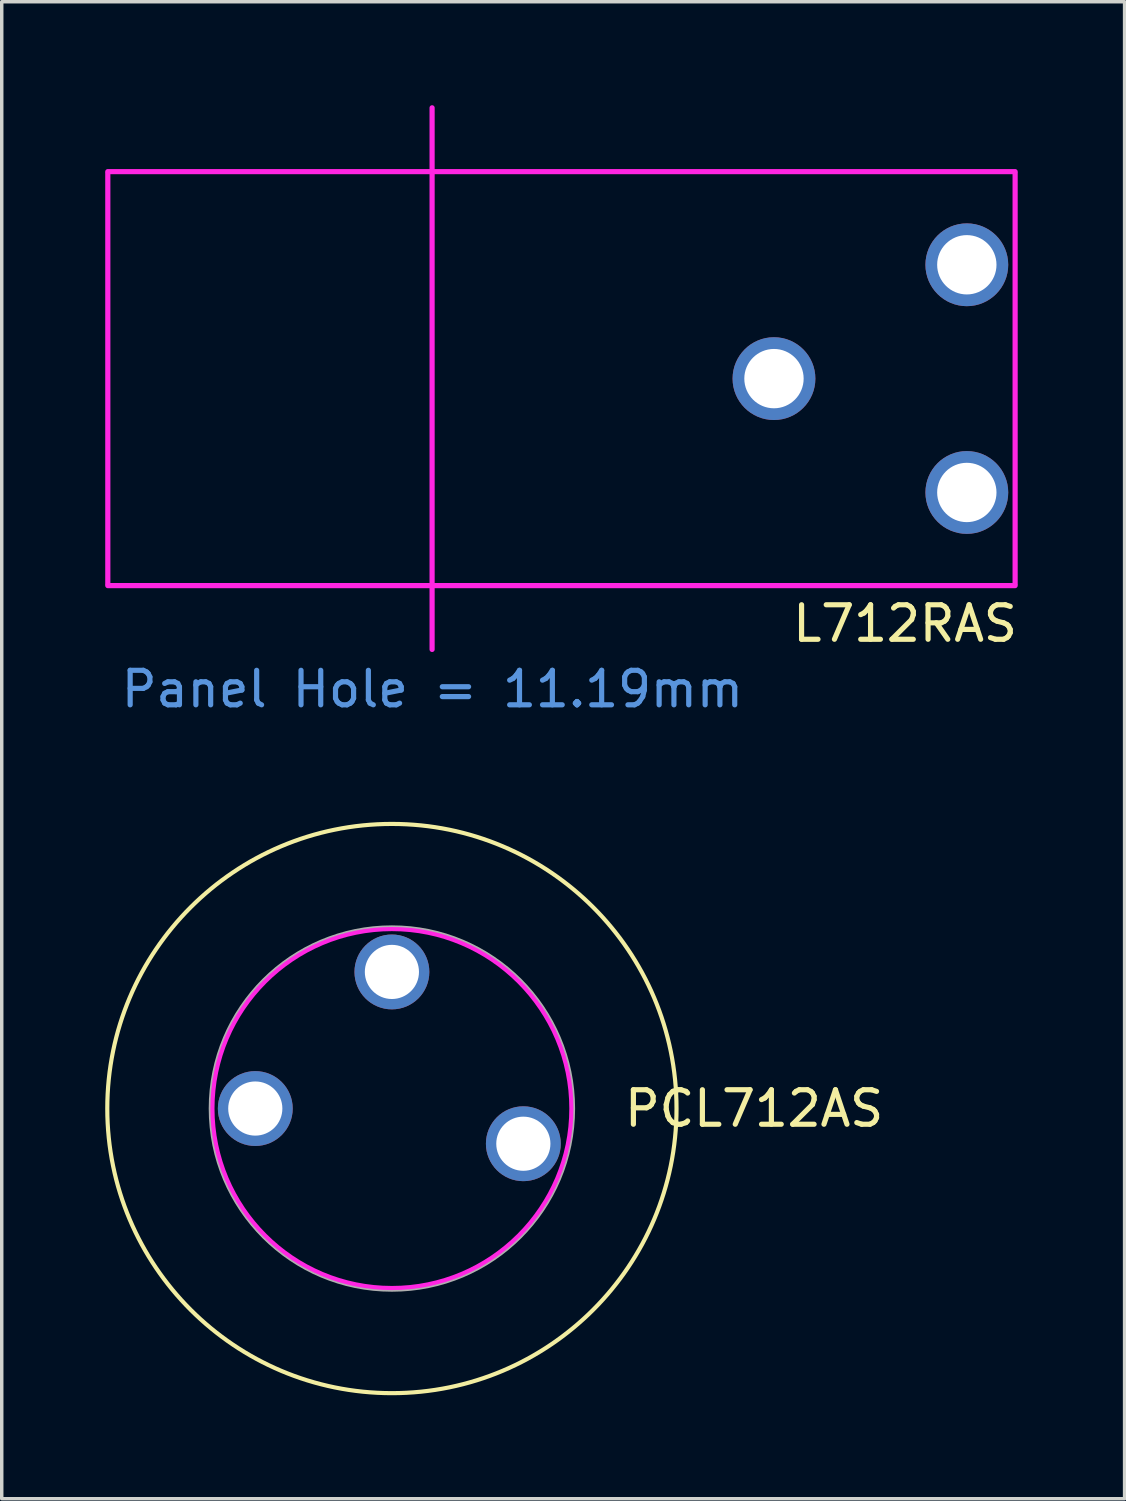
<source format=kicad_pcb>
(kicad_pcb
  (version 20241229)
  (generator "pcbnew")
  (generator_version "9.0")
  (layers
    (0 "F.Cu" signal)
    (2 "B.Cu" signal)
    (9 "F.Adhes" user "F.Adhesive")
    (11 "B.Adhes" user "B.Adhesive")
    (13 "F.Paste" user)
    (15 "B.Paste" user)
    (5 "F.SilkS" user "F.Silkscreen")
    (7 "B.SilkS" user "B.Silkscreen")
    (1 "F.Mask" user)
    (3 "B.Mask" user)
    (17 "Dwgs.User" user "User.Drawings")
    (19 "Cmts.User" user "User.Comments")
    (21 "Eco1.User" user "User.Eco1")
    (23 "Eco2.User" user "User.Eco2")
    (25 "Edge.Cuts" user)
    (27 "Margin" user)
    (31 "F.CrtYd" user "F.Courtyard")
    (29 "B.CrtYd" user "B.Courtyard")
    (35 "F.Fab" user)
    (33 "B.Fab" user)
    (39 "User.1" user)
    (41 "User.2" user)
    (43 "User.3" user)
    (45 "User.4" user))
  (footprint "PCL712AS"
    (layer "F.Cu")
    (at 8.31 29.083)
    (property "Reference" "PCL712AS" (at 10.5 0 0) (layer "F.SilkS") (effects (font (size 1 1) (thickness 0.15))))
    (attr through_hole)
    (fp_circle (center 0 0) (end 8.25 0) (stroke (width 0.12) (type solid)) (fill no) (layer "F.SilkS"))
    (fp_circle (center 0 0) (end 3 -4.25) (stroke (width 0.12) (type solid)) (fill no) (layer "F.CrtYd"))
    (fp_circle (center 0 0) (end 5.25 0) (stroke (width 0.12) (type solid)) (fill no) (layer "F.Fab"))
    (pad "1" thru_hole circle (at 3.81 1.02) (size 2.17 2.17) (drill 1.57) (layers "*.Cu" "*.Mask"))
    (pad "2" thru_hole circle (at 0 -3.96) (size 2.17 2.17) (drill 1.57) (layers "*.Cu" "*.Mask"))
    (pad "3" thru_hole circle (at -3.96 0) (size 2.17 2.17) (drill 1.57) (layers "*.Cu" "*.Mask")))
  (footprint "L712RAS"
    (layer "F.Cu")
    (at 19.385 7.925)
    (property "Reference" "L712RAS" (at 3.8 7.1 0) (layer "F.SilkS") (effects (font (size 1 1) (thickness 0.15))))
    (attr through_hole)
    (fp_line (start -19.31 5.95) (end -19.31 -5.95) (stroke (width 0.15) (type solid)) (layer "F.CrtYd"))
    (fp_line (start -9.91 7.85) (end -9.91 -7.85) (stroke (width 0.15) (type solid)) (layer "F.CrtYd"))
    (fp_line (start 6.99 -6) (end -19.31 -6) (stroke (width 0.15) (type solid)) (layer "F.CrtYd"))
    (fp_line (start 6.99 5.95) (end 6.99 -5.95) (stroke (width 0.15) (type solid)) (layer "F.CrtYd"))
    (fp_line (start 6.99 6) (end -19.31 6) (stroke (width 0.15) (type solid)) (layer "F.CrtYd"))
    (fp_text user "Panel Hole = 11.19mm" (at -9.9 9 0) (layer "Cmts.User") (effects (font (size 1 1) (thickness 0.15))))
    (pad "1" thru_hole circle (at 5.59 -3.3) (size 2.4 2.4) (drill 1.72) (layers "*.Cu" "*.Mask"))
    (pad "2" thru_hole circle (at 0 0) (size 2.4 2.4) (drill 1.72) (layers "*.Cu" "*.Mask"))
    (pad "3" thru_hole circle (at 5.59 3.3) (size 2.4 2.4) (drill 1.72) (layers "*.Cu" "*.Mask")))
  (gr_rect
    (start -3 -3)
    (end 29.548 40.393)
    (stroke (width 0.1) (type default))
    (fill no)
    (layer "Edge.Cuts")))
</source>
